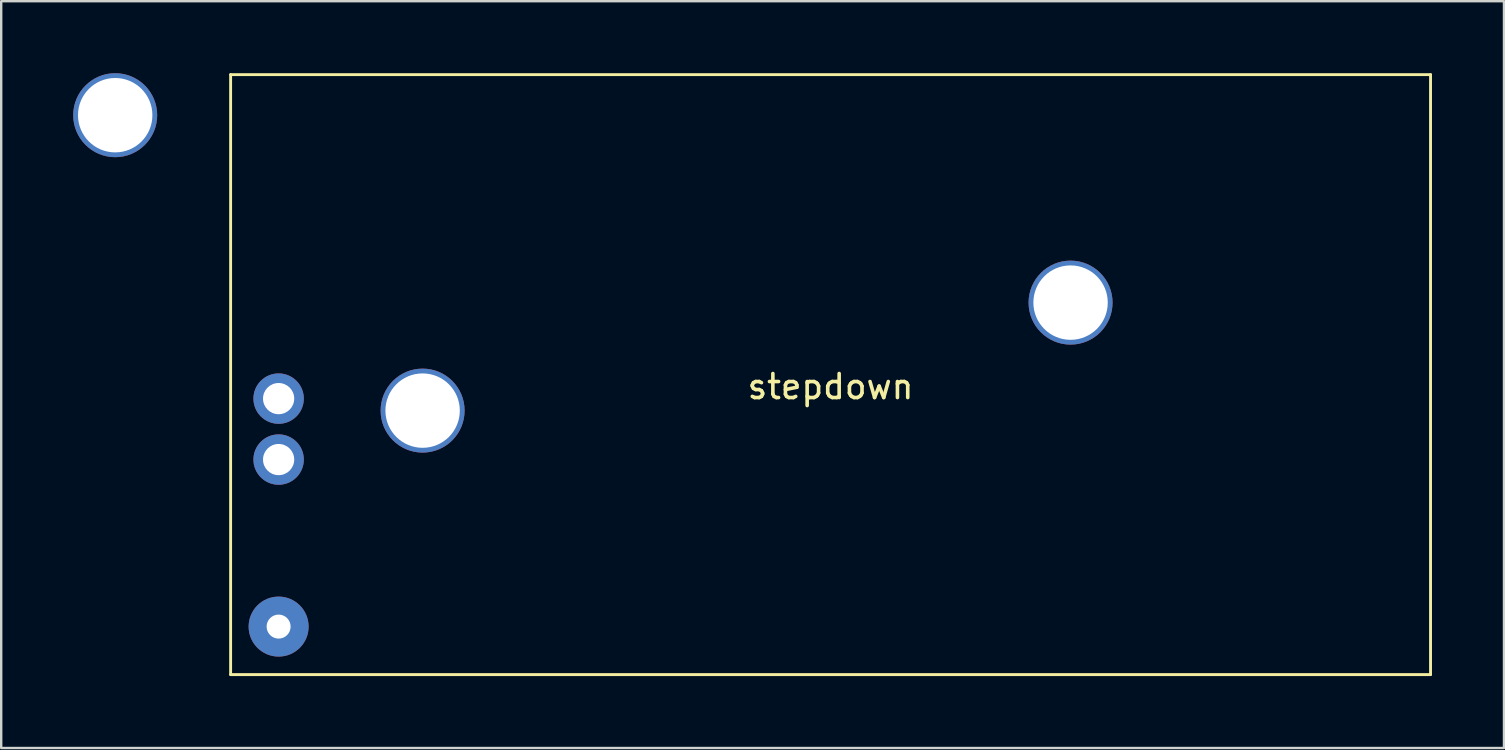
<source format=kicad_pcb>
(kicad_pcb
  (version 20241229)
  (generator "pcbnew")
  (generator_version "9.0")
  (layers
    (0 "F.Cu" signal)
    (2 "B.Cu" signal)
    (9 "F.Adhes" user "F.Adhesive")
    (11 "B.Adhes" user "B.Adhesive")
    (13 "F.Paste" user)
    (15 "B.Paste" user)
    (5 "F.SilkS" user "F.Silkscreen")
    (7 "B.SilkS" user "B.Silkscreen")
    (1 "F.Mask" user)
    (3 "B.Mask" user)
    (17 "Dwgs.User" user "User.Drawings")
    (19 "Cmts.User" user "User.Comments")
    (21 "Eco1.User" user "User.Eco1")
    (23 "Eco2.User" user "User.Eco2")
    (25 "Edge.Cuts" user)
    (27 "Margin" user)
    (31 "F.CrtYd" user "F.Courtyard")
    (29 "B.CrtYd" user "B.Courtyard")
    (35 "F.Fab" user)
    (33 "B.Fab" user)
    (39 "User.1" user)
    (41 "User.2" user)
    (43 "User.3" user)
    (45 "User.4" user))
  (footprint "stepdown"
    (layer "F.Cu")
    (at 31.56 12.56)
    (property "Reference" "stepdown" (at 0 0.5 0) (layer "F.SilkS") (effects (font (size 1 1) (thickness 0.15))))
    (attr through_hole)
    (fp_line (start -25 -12.5) (end 25 -12.5) (stroke (width 0.12) (type solid)) (layer "F.SilkS"))
    (fp_line (start -25 12.5) (end -25 -12.5) (stroke (width 0.12) (type solid)) (layer "F.SilkS"))
    (fp_line (start 25 12.5) (end -25 12.5) (stroke (width 0.12) (type solid)) (layer "F.SilkS"))
    (fp_line (start 25 12.5) (end 25 -12.5) (stroke (width 0.12) (type solid)) (layer "F.SilkS"))
    (pad "1" thru_hole circle (at -17 1.5) (size 3.5 3.5) (drill 3.1) (layers "*.Cu" "*.Mask"))
    (pad "2" thru_hole circle (at 10 -3) (size 3.5 3.5) (drill 3.1) (layers "*.Cu" "*.Mask"))
    (pad "3" thru_hole circle (at -23 10.5) (size 2.5 2.5) (drill 1) (layers "*.Cu" "*.Mask"))
    (pad "5V" thru_hole circle (at -23 1) (size 2.1 2.1) (drill 1.3) (layers "*.Cu" "*.Mask"))
    (pad "12V" thru_hole circle (at -23 3.54) (size 2.1 2.1) (drill 1.3) (layers "*.Cu" "*.Mask")))
  (footprint "M3"
    (layer "F.Cu")
    (at 1.75 1.75)
    (property "Reference" "M3" (at 0 0.5 0) (layer "F.SilkS") (effects (font (size 1 1) (thickness 0.15))))
    (attr through_hole)
    (pad "1" thru_hole circle (at 0 0) (size 3.5 3.5) (drill 3.1) (layers "*.Cu" "*.Mask")))
  (gr_rect
    (start -3 -3)
    (end 59.62 28.12)
    (stroke (width 0.1) (type default))
    (fill no)
    (layer "Edge.Cuts")))
</source>
